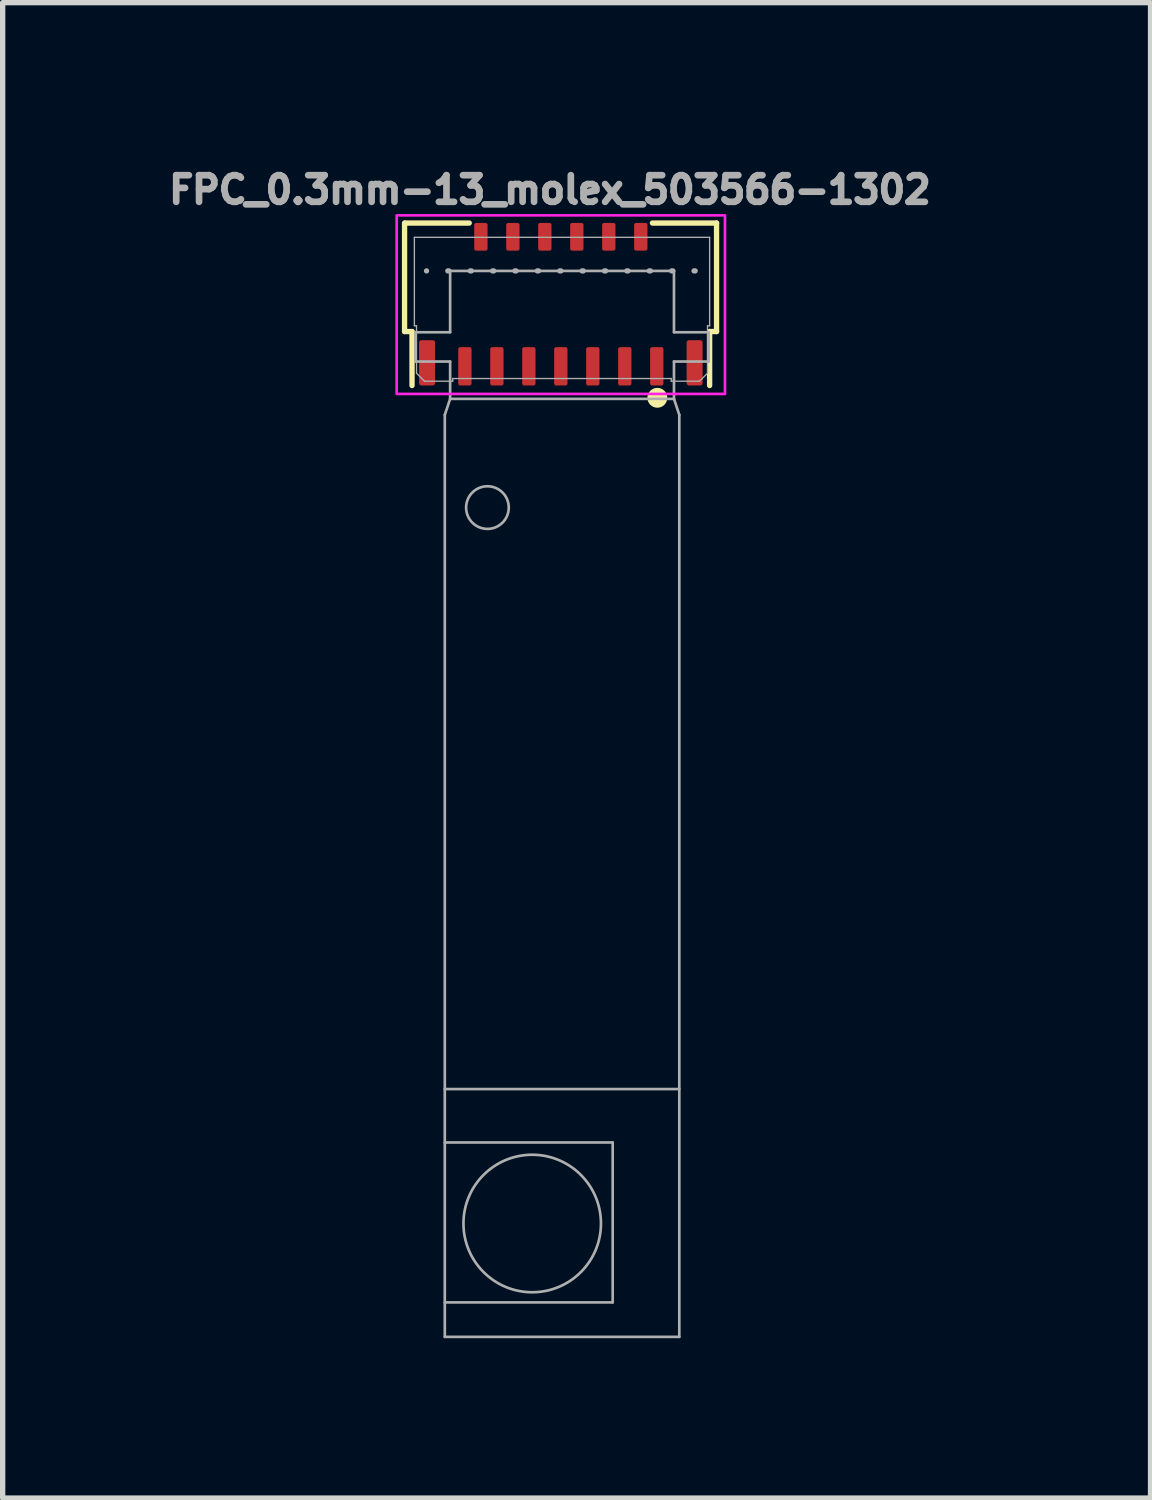
<source format=kicad_pcb>
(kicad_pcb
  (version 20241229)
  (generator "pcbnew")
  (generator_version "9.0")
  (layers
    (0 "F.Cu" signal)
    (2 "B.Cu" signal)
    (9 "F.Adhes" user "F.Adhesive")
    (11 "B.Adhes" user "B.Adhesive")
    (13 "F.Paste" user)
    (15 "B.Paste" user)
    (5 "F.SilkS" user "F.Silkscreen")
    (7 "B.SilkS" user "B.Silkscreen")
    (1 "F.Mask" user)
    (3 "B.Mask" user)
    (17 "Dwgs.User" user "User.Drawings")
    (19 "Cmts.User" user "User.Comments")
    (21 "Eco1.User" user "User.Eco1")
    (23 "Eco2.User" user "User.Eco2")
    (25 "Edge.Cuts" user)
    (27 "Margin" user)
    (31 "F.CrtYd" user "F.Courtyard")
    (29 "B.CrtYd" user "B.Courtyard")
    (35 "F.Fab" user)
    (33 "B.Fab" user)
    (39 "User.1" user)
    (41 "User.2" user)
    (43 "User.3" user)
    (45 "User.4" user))
  (footprint "FPC_0.3mm-13_molex_503566-1302"
    (layer "F.Cu")
    (at 7.473 2.558)
    (property "Reference" "FPC_0.3mm-13_molex_503566-1302" (at -0.205 -2.046 0) (unlocked yes) (layer "F.Fab") (effects (font (size 0.5 0.5) (thickness 0.125))))
    (attr smd)
    (fp_line (start -2.932 0.613) (end -2.932 -1.423) (stroke (width 0.1) (type default)) (layer "F.SilkS"))
    (fp_line (start -2.792 0.613) (end -2.932 0.613) (stroke (width 0.1) (type default)) (layer "F.SilkS"))
    (fp_line (start -2.792 1.626) (end -2.792 0.613) (stroke (width 0.1) (type default)) (layer "F.SilkS"))
    (fp_line (start -1.719 -1.423) (end -2.922 -1.423) (stroke (width 0.1) (type default)) (layer "F.SilkS"))
    (fp_line (start 2.792 0.613) (end 2.922 0.613) (stroke (width 0.1) (type default)) (layer "F.SilkS"))
    (fp_line (start 2.792 1.626) (end 2.792 0.613) (stroke (width 0.1) (type default)) (layer "F.SilkS"))
    (fp_line (start 2.922 -1.423) (end 1.719 -1.423) (stroke (width 0.1) (type default)) (layer "F.SilkS"))
    (fp_line (start 2.922 0.613) (end 2.922 -1.423) (stroke (width 0.1) (type default)) (layer "F.SilkS"))
    (fp_circle (center 1.811 1.856) (end 1.705 1.77) (stroke (width 0.1) (type default)) (fill yes) (layer "F.SilkS"))
    (fp_rect (start -3.08 -1.567) (end 3.08 1.784) (stroke (width 0.05) (type default)) (fill no) (layer "F.CrtYd"))
    (fp_line (start -2.748 -1.155) (end -2.748 0.505) (stroke (width 0.025) (type default)) (layer "F.Fab"))
    (fp_line (start -2.748 0.505) (end -2.708 0.505) (stroke (width 0.025) (type default)) (layer "F.Fab"))
    (fp_line (start -2.727 0.626) (end -2.077 0.626) (stroke (width 0.05) (type default)) (layer "F.Fab"))
    (fp_line (start -2.727 1.176) (end -2.727 0.626) (stroke (width 0.05) (type default)) (layer "F.Fab"))
    (fp_line (start -2.708 0.505) (end -2.708 1.395) (stroke (width 0.025) (type default)) (layer "F.Fab"))
    (fp_line (start -2.708 1.395) (end -2.558 1.545) (stroke (width 0.025) (type default)) (layer "F.Fab"))
    (fp_line (start -2.558 1.545) (end -2.028 1.545) (stroke (width 0.025) (type default)) (layer "F.Fab"))
    (fp_line (start -2.177 2.176) (end -2.177 19.476) (stroke (width 0.05) (type default)) (layer "F.Fab"))
    (fp_line (start -2.177 15.829) (end 0.973 15.829) (stroke (width 0.05) (type default)) (layer "F.Fab"))
    (fp_line (start -2.177 19.476) (end 2.223 19.476) (stroke (width 0.05) (type default)) (layer "F.Fab"))
    (fp_line (start -2.077 -0.524) (end 0.023 -0.524) (stroke (width 0.05) (type default)) (layer "F.Fab"))
    (fp_line (start -2.077 0.626) (end -2.077 -0.524) (stroke (width 0.05) (type default)) (layer "F.Fab"))
    (fp_line (start -2.077 1.176) (end -2.727 1.176) (stroke (width 0.05) (type default)) (layer "F.Fab"))
    (fp_line (start -2.077 1.876) (end -2.177 2.176) (stroke (width 0.05) (type default)) (layer "F.Fab"))
    (fp_line (start -2.077 1.876) (end -2.077 1.176) (stroke (width 0.05) (type default)) (layer "F.Fab"))
    (fp_line (start -2.028 1.495) (end 2.072 1.495) (stroke (width 0.025) (type default)) (layer "F.Fab"))
    (fp_line (start -2.028 1.545) (end -2.028 1.495) (stroke (width 0.025) (type default)) (layer "F.Fab"))
    (fp_line (start 0.023 -0.524) (end 2.123 -0.524) (stroke (width 0.05) (type default)) (layer "F.Fab"))
    (fp_line (start 0.973 15.829) (end 0.973 18.829) (stroke (width 0.05) (type default)) (layer "F.Fab"))
    (fp_line (start 0.973 18.829) (end -2.177 18.829) (stroke (width 0.05) (type default)) (layer "F.Fab"))
    (fp_line (start 2.072 1.495) (end 2.072 1.545) (stroke (width 0.025) (type default)) (layer "F.Fab"))
    (fp_line (start 2.072 1.545) (end 2.602 1.545) (stroke (width 0.025) (type default)) (layer "F.Fab"))
    (fp_line (start 2.123 -0.524) (end 2.123 0.626) (stroke (width 0.05) (type default)) (layer "F.Fab"))
    (fp_line (start 2.123 0.626) (end 2.773 0.626) (stroke (width 0.05) (type default)) (layer "F.Fab"))
    (fp_line (start 2.123 1.176) (end 2.123 1.876) (stroke (width 0.05) (type default)) (layer "F.Fab"))
    (fp_line (start 2.123 1.876) (end -2.077 1.876) (stroke (width 0.05) (type default)) (layer "F.Fab"))
    (fp_line (start 2.223 2.176) (end 2.123 1.876) (stroke (width 0.05) (type default)) (layer "F.Fab"))
    (fp_line (start 2.223 14.826) (end -2.177 14.826) (stroke (width 0.05) (type default)) (layer "F.Fab"))
    (fp_line (start 2.223 19.476) (end 2.223 2.176) (stroke (width 0.05) (type default)) (layer "F.Fab"))
    (fp_line (start 2.52 -0.525) (end -2.52 -0.525) (stroke (width 0.1) (type dot)) (layer "F.Fab"))
    (fp_line (start 2.602 1.545) (end 2.752 1.395) (stroke (width 0.025) (type default)) (layer "F.Fab"))
    (fp_line (start 2.752 0.505) (end 2.792 0.505) (stroke (width 0.025) (type default)) (layer "F.Fab"))
    (fp_line (start 2.752 1.395) (end 2.752 0.505) (stroke (width 0.025) (type default)) (layer "F.Fab"))
    (fp_line (start 2.773 0.626) (end 2.773 1.176) (stroke (width 0.05) (type default)) (layer "F.Fab"))
    (fp_line (start 2.773 1.176) (end 2.123 1.176) (stroke (width 0.05) (type default)) (layer "F.Fab"))
    (fp_line (start 2.792 -1.155) (end -2.748 -1.155) (stroke (width 0.025) (type default)) (layer "F.Fab"))
    (fp_line (start 2.792 0.505) (end 2.792 -1.155) (stroke (width 0.025) (type default)) (layer "F.Fab"))
    (fp_circle (center -1.377 3.916) (end -0.977 3.916) (stroke (width 0.05) (type default)) (fill no) (layer "F.Fab"))
    (fp_circle (center -0.537 17.349) (end 0.753 17.349) (stroke (width 0.05) (type default)) (fill no) (layer "F.Fab"))
    (fp_text user "^^INSERT THIS END^^" (at -0.016 2.314 0) (unlocked yes) (layer "User.1") (effects (font (size 0.3 0.3) (thickness 0.075)) (justify bottom)))
    (fp_text user "^^INSERTION DEPTH^^" (at 3.367 -0.171 0) (unlocked yes) (layer "User.2") (effects (font (size 0.2 0.2) (thickness 0.05)) (justify left bottom)))
    (dimension (type orthogonal) (layer "User.2") (pts (xy 9.993 2.033) (xy 9.983 4.183)) (height 4.077) (orientation 1) (format (prefix "") (suffix "") (units 3) (units_format 1) (precision 2) (suppress_zeroes yes)) (style (thickness 0.05) (arrow_length -0.25) (text_position_mode 2) (arrow_direction outward) (extension_height 0.586) (extension_offset 0) (keep_text_aligned yes)) (gr_text "2.15 mm" (at 14.075 1.709 90) (layer "User.2") (effects (font (size 0.2 0.2) (thickness 0.15)) (justify left))))
    (pad "1" smd roundrect (at 1.8 1.265) (size 0.25 0.72) (layers "F.Cu" "F.Mask" "F.Paste") (roundrect_rratio 0.15))
    (pad "2" smd roundrect (at 1.5 -1.165) (size 0.25 0.52) (layers "F.Cu" "F.Mask" "F.Paste") (roundrect_rratio 0.15))
    (pad "3" smd roundrect (at 1.2 1.265) (size 0.25 0.72) (layers "F.Cu" "F.Mask" "F.Paste") (roundrect_rratio 0.15))
    (pad "4" smd roundrect (at 0.9 -1.165) (size 0.25 0.52) (layers "F.Cu" "F.Mask" "F.Paste") (roundrect_rratio 0.15))
    (pad "5" smd roundrect (at 0.6 1.265) (size 0.25 0.72) (layers "F.Cu" "F.Mask" "F.Paste") (roundrect_rratio 0.15))
    (pad "6" smd roundrect (at 0.3 -1.165) (size 0.25 0.52) (layers "F.Cu" "F.Mask" "F.Paste") (roundrect_rratio 0.15))
    (pad "7" smd roundrect (at 0 1.265) (size 0.25 0.72) (layers "F.Cu" "F.Mask" "F.Paste") (roundrect_rratio 0.15))
    (pad "8" smd roundrect (at -0.3 -1.165) (size 0.25 0.52) (layers "F.Cu" "F.Mask" "F.Paste") (roundrect_rratio 0.15))
    (pad "9" smd roundrect (at -0.6 1.265) (size 0.25 0.72) (layers "F.Cu" "F.Mask" "F.Paste") (roundrect_rratio 0.15))
    (pad "10" smd roundrect (at -0.9 -1.165) (size 0.25 0.52) (layers "F.Cu" "F.Mask" "F.Paste") (roundrect_rratio 0.15))
    (pad "11" smd roundrect (at -1.2 1.265) (size 0.25 0.72) (layers "F.Cu" "F.Mask" "F.Paste") (roundrect_rratio 0.15))
    (pad "12" smd roundrect (at -1.5 -1.165) (size 0.25 0.52) (layers "F.Cu" "F.Mask" "F.Paste") (roundrect_rratio 0.15))
    (pad "13" smd roundrect (at -1.8 1.265) (size 0.25 0.72) (layers "F.Cu" "F.Mask" "F.Paste") (roundrect_rratio 0.15))
    (pad "M1" smd roundrect (at -2.51 1.2) (size 0.3 0.85) (layers "F.Cu" "F.Mask" "F.Paste") (roundrect_rratio 0.15))
    (pad "M1" smd roundrect (at 2.51 1.2) (size 0.3 0.85) (layers "F.Cu" "F.Mask" "F.Paste") (roundrect_rratio 0.15)))
  (gr_rect
    (start -3 -3)
    (end 18.538 25.059)
    (stroke (width 0.1) (type default))
    (fill no)
    (layer "Edge.Cuts")))
</source>
